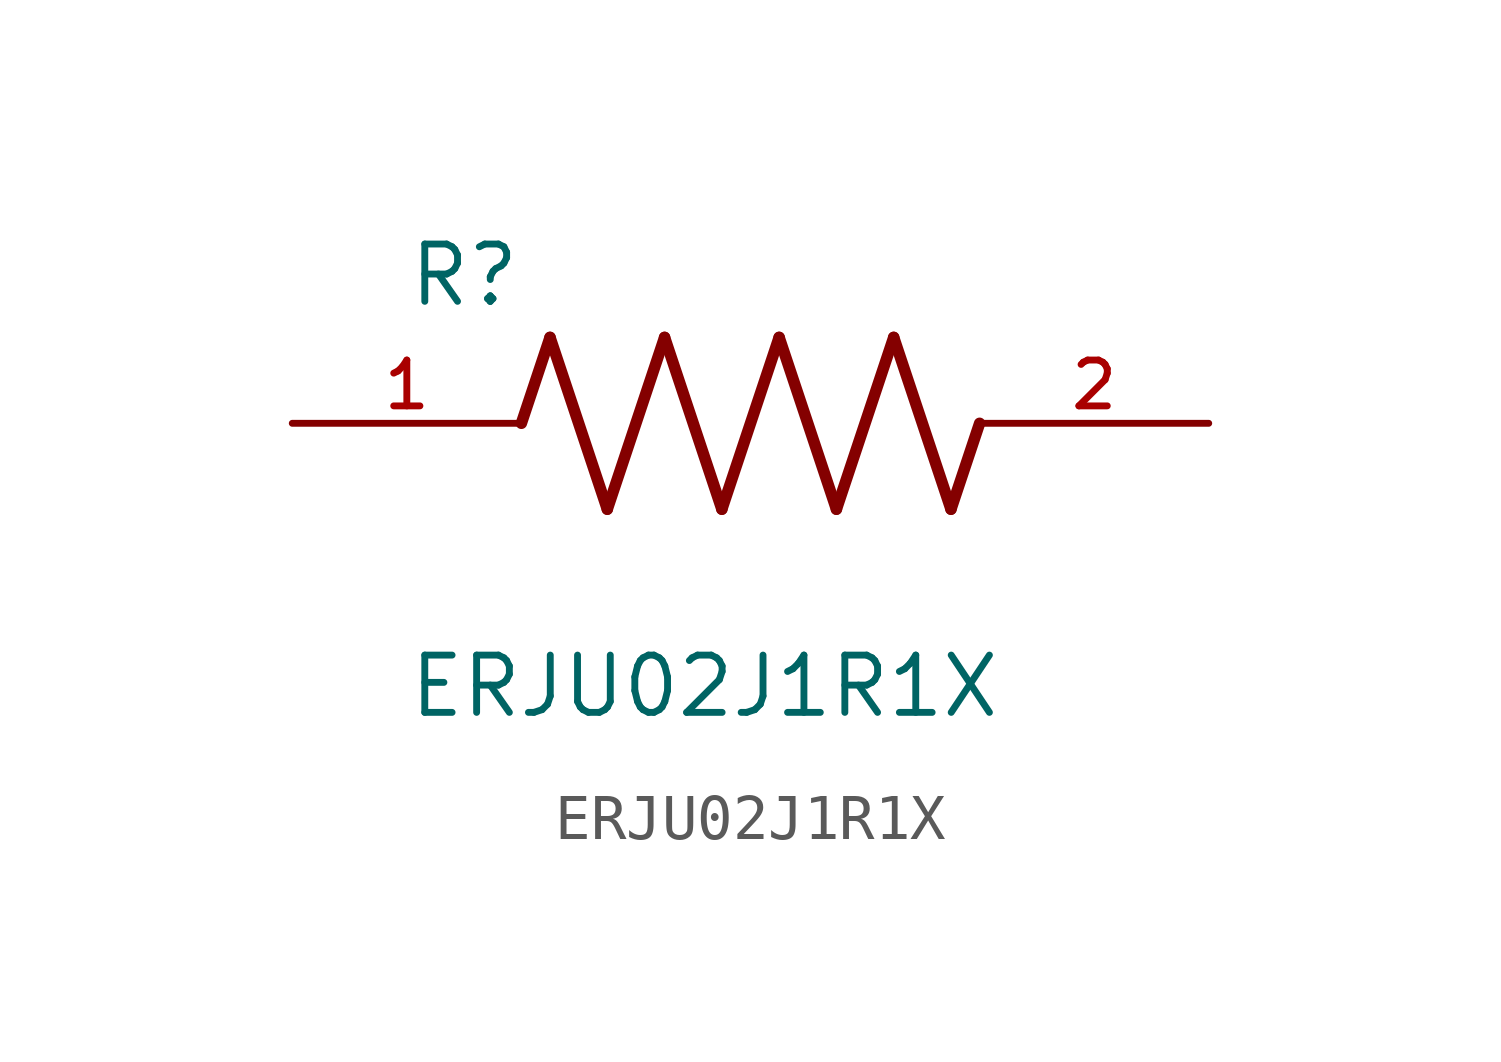
<source format=kicad_sym>
(kicad_symbol_lib
  (version 20211014)
  (generator kicad_symbol_editor)
  (symbol "ERJU02J1R1X"
    (pin_names
      (offset 1.016))
    (property "Reference" "R"
      (at -7.624 2.541 0)
      (effects (font (size 1.27 1.27)) (justify bottom left)))
    (property "Value" "ERJU02J1R1X"
      (at -7.624 -5.087 0)
      (effects (font (size 1.27 1.27)) (justify top left)))
    (symbol "ERJU02J1R1X_0_0"
      (polyline (pts (xy -5.08 0.0) (xy -4.445 1.905)) (stroke (width 0.254)))
      (polyline (pts (xy -4.445 1.905) (xy -3.175 -1.905)) (stroke (width 0.254)))
      (polyline (pts (xy -3.175 -1.905) (xy -1.905 1.905)) (stroke (width 0.254)))
      (polyline (pts (xy -1.905 1.905) (xy -0.635 -1.905)) (stroke (width 0.254)))
      (polyline (pts (xy -0.635 -1.905) (xy 0.635 1.905)) (stroke (width 0.254)))
      (polyline (pts (xy 0.635 1.905) (xy 1.905 -1.905)) (stroke (width 0.254)))
      (polyline (pts (xy 1.905 -1.905) (xy 3.175 1.905)) (stroke (width 0.254)))
      (polyline (pts (xy 3.175 1.905) (xy 4.445 -1.905)) (stroke (width 0.254)))
      (polyline (pts (xy 4.445 -1.905) (xy 5.08 0.0)) (stroke (width 0.254)))
      (pin passive line (at -10.16 0.0 0) (length 5.08) (name "~" (effects (font (size 1.016 1.016)))) (number "1" (effects (font (size 1.016 1.016)))))
      (pin passive line (at 10.16 0.0 180.0) (length 5.08) (name "~" (effects (font (size 1.016 1.016)))) (number "2" (effects (font (size 1.016 1.016))))))))
</source>
